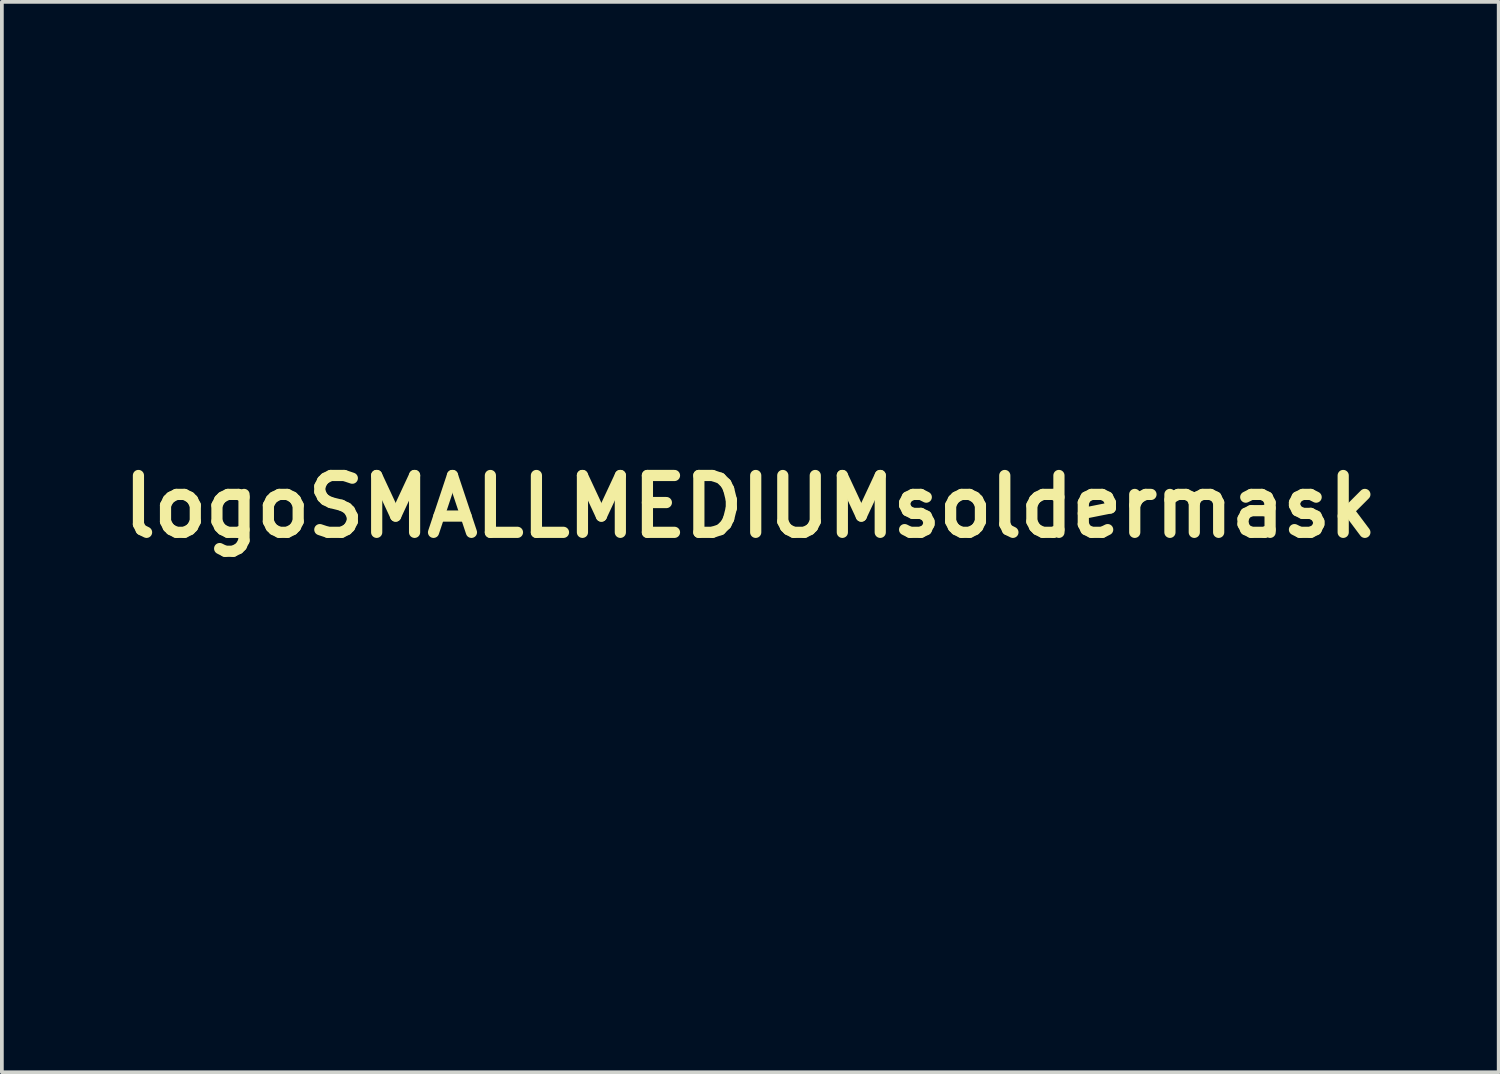
<source format=kicad_pcb>
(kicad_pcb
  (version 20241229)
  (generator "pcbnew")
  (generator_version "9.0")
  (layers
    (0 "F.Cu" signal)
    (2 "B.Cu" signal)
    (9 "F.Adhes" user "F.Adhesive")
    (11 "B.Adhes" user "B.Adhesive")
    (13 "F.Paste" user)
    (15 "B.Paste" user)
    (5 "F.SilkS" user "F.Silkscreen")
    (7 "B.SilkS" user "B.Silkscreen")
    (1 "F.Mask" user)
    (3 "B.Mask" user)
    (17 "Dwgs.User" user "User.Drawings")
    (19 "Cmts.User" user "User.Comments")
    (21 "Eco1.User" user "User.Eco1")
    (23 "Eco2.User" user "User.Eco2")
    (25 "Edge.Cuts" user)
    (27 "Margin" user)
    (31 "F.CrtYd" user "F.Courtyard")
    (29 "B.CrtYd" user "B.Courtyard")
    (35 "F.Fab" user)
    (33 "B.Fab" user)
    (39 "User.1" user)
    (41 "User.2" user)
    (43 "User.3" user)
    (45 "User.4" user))
  (footprint "logoSMALLMEDIUMsoldermask"
    (layer "F.Cu")
    (at 17.062 10.53)
    (property "Reference" "logoSMALLMEDIUMsoldermask" (at 0 0 0) (layer "F.SilkS") (effects (font (size 1.524 1.524) (thickness 0.3))))
    (attr through_hole)
    (fp_poly (pts (xy -7.588 11.335) (xy -7.906 11.335) (xy -7.906 9.112) (xy -7.588 9.112) (xy -7.588 11.335)) (stroke (width 0.01) (type solid)) (fill yes) (layer "F.Mask"))
    (fp_poly (pts (xy -7.598 8.267) (xy -7.574 8.294) (xy -7.529 8.4) (xy -7.546 8.498) (xy -7.608 8.57) (xy -7.709 8.627) (xy -7.8 8.623) (xy -7.891 8.558) (xy -7.891 8.558) (xy -7.945 8.486) (xy -7.969 8.419) (xy -7.969 8.415) (xy -7.942 8.328) (xy -7.872 8.263) (xy -7.779 8.228) (xy -7.682 8.227) (xy -7.598 8.267)) (stroke (width 0.01) (type solid)) (fill yes) (layer "F.Mask"))
    (fp_poly (pts (xy -11.581 8.382) (xy -11.301 8.384) (xy -11.075 8.391) (xy -10.892 8.404) (xy -10.742 8.424) (xy -10.616 8.452) (xy -10.503 8.489) (xy -10.433 8.519) (xy -10.222 8.645) (xy -10.063 8.806) (xy -9.957 9.003) (xy -9.902 9.237) (xy -9.894 9.382) (xy -9.918 9.639) (xy -9.994 9.86) (xy -10.122 10.044) (xy -10.302 10.193) (xy -10.393 10.244) (xy -10.546 10.322) (xy -10.49 10.408) (xy -10.452 10.464) (xy -10.384 10.56) (xy -10.297 10.683) (xy -10.197 10.823) (xy -10.16 10.874) (xy -10.062 11.012) (xy -9.976 11.133) (xy -9.909 11.227) (xy -9.87 11.285) (xy -9.863 11.295) (xy -9.865 11.319) (xy -9.913 11.331) (xy -10.007 11.334) (xy -10.176 11.334) (xy -10.843 10.385) (xy -11.359 10.384) (xy -11.874 10.382) (xy -11.874 11.335) (xy -12.192 11.335) (xy -12.192 10.134) (xy -11.874 10.134) (xy -11.311 10.123) (xy -11.1 10.117) (xy -10.942 10.111) (xy -10.824 10.102) (xy -10.737 10.089) (xy -10.669 10.071) (xy -10.608 10.047) (xy -10.604 10.045) (xy -10.428 9.933) (xy -10.299 9.78) (xy -10.221 9.595) (xy -10.197 9.382) (xy -10.202 9.309) (xy -10.251 9.104) (xy -10.351 8.935) (xy -10.503 8.803) (xy -10.547 8.777) (xy -10.608 8.744) (xy -10.663 8.72) (xy -10.722 8.702) (xy -10.797 8.691) (xy -10.898 8.683) (xy -11.037 8.678) (xy -11.225 8.674) (xy -11.295 8.673) (xy -11.874 8.663) (xy -11.874 10.134) (xy -12.192 10.134) (xy -12.192 8.382) (xy -11.581 8.382)) (stroke (width 0.01) (type solid)) (fill yes) (layer "F.Mask"))
    (fp_poly (pts (xy -0.241 9.131) (xy -0.038 9.187) (xy 0.129 9.284) (xy 0.185 9.333) (xy 0.249 9.4) (xy 0.3 9.47) (xy 0.34 9.55) (xy 0.369 9.648) (xy 0.389 9.772) (xy 0.402 9.93) (xy 0.409 10.131) (xy 0.412 10.382) (xy 0.413 10.563) (xy 0.413 11.335) (xy 0.127 11.335) (xy 0.127 11.005) (xy 0.024 11.104) (xy -0.121 11.218) (xy -0.284 11.291) (xy -0.48 11.327) (xy -0.635 11.334) (xy -0.79 11.33) (xy -0.905 11.315) (xy -1.006 11.285) (xy -1.067 11.258) (xy -1.234 11.156) (xy -1.346 11.027) (xy -1.408 10.863) (xy -1.423 10.745) (xy -1.426 10.643) (xy -1.136 10.643) (xy -1.132 10.781) (xy -1.087 10.907) (xy -1.008 11.001) (xy -0.978 11.021) (xy -0.796 11.086) (xy -0.591 11.107) (xy -0.385 11.084) (xy -0.201 11.018) (xy -0.178 11.005) (xy -0.025 10.882) (xy 0.077 10.724) (xy 0.124 10.54) (xy 0.127 10.483) (xy 0.127 10.319) (xy -0.352 10.319) (xy -0.58 10.322) (xy -0.754 10.332) (xy -0.882 10.352) (xy -0.975 10.385) (xy -1.04 10.432) (xy -1.088 10.496) (xy -1.097 10.512) (xy -1.136 10.643) (xy -1.426 10.643) (xy -1.427 10.621) (xy -1.414 10.531) (xy -1.379 10.447) (xy -1.356 10.407) (xy -1.275 10.3) (xy -1.167 10.216) (xy -1.026 10.153) (xy -0.845 10.108) (xy -0.617 10.08) (xy -0.336 10.067) (xy -0.183 10.065) (xy -0.033 10.064) (xy 0.062 10.056) (xy 0.113 10.032) (xy 0.128 9.98) (xy 0.117 9.893) (xy 0.093 9.782) (xy 0.03 9.623) (xy -0.079 9.5) (xy -0.226 9.415) (xy -0.403 9.37) (xy -0.602 9.367) (xy -0.816 9.408) (xy -1.037 9.495) (xy -1.051 9.502) (xy -1.261 9.61) (xy -1.319 9.503) (xy -1.35 9.438) (xy -1.353 9.391) (xy -1.32 9.35) (xy -1.244 9.303) (xy -1.158 9.259) (xy -0.956 9.176) (xy -0.747 9.129) (xy -0.506 9.113) (xy -0.49 9.113) (xy -0.241 9.131)) (stroke (width 0.01) (type solid)) (fill yes) (layer "F.Mask"))
    (fp_poly (pts (xy 10.471 8.517) (xy 10.462 8.652) (xy 9.787 8.66) (xy 9.56 8.664) (xy 9.39 8.668) (xy 9.268 8.674) (xy 9.186 8.681) (xy 9.138 8.691) (xy 9.116 8.705) (xy 9.112 8.717) (xy 9.109 8.775) (xy 9.1 8.878) (xy 9.087 9.01) (xy 9.071 9.154) (xy 9.056 9.292) (xy 9.042 9.407) (xy 9.032 9.481) (xy 9.016 9.579) (xy 9.421 9.597) (xy 9.613 9.61) (xy 9.789 9.629) (xy 9.932 9.652) (xy 9.998 9.668) (xy 10.227 9.763) (xy 10.402 9.891) (xy 10.524 10.054) (xy 10.594 10.252) (xy 10.614 10.477) (xy 10.583 10.713) (xy 10.498 10.915) (xy 10.364 11.082) (xy 10.182 11.21) (xy 9.955 11.298) (xy 9.686 11.343) (xy 9.684 11.343) (xy 9.565 11.349) (xy 9.457 11.348) (xy 9.414 11.346) (xy 9.199 11.31) (xy 8.991 11.253) (xy 8.804 11.181) (xy 8.653 11.099) (xy 8.562 11.024) (xy 8.528 10.98) (xy 8.525 10.941) (xy 8.554 10.884) (xy 8.576 10.85) (xy 8.648 10.74) (xy 8.793 10.844) (xy 9.005 10.962) (xy 9.245 11.04) (xy 9.494 11.075) (xy 9.735 11.063) (xy 9.847 11.038) (xy 10.025 10.968) (xy 10.154 10.875) (xy 10.245 10.747) (xy 10.259 10.718) (xy 10.312 10.535) (xy 10.307 10.357) (xy 10.248 10.195) (xy 10.134 10.059) (xy 10.131 10.056) (xy 10.037 9.99) (xy 9.927 9.942) (xy 9.791 9.908) (xy 9.618 9.886) (xy 9.398 9.876) (xy 9.219 9.874) (xy 9.051 9.873) (xy 8.906 9.869) (xy 8.797 9.863) (xy 8.733 9.855) (xy 8.722 9.85) (xy 8.722 9.813) (xy 8.727 9.722) (xy 8.739 9.587) (xy 8.754 9.418) (xy 8.774 9.223) (xy 8.782 9.144) (xy 8.804 8.941) (xy 8.823 8.758) (xy 8.838 8.606) (xy 8.85 8.493) (xy 8.856 8.43) (xy 8.857 8.422) (xy 8.871 8.409) (xy 8.918 8.399) (xy 9.003 8.392) (xy 9.131 8.387) (xy 9.308 8.384) (xy 9.541 8.382) (xy 9.67 8.382) (xy 10.481 8.382) (xy 10.471 8.517)) (stroke (width 0.01) (type solid)) (fill yes) (layer "F.Mask"))
    (fp_poly (pts (xy 6.267 8.376) (xy 6.424 8.396) (xy 6.569 8.424) (xy 6.687 8.458) (xy 6.763 8.495) (xy 6.78 8.511) (xy 6.777 8.553) (xy 6.752 8.627) (xy 6.741 8.651) (xy 6.695 8.727) (xy 6.651 8.748) (xy 6.637 8.744) (xy 6.49 8.686) (xy 6.363 8.653) (xy 6.229 8.64) (xy 6.061 8.642) (xy 6.048 8.642) (xy 5.896 8.652) (xy 5.785 8.669) (xy 5.693 8.698) (xy 5.597 8.745) (xy 5.593 8.747) (xy 5.431 8.855) (xy 5.307 8.985) (xy 5.204 9.157) (xy 5.185 9.197) (xy 5.145 9.31) (xy 5.109 9.456) (xy 5.081 9.616) (xy 5.064 9.769) (xy 5.061 9.896) (xy 5.068 9.959) (xy 5.082 10.001) (xy 5.101 10.004) (xy 5.137 9.963) (xy 5.173 9.914) (xy 5.298 9.789) (xy 5.47 9.686) (xy 5.675 9.611) (xy 5.775 9.589) (xy 6.026 9.57) (xy 6.265 9.603) (xy 6.482 9.682) (xy 6.668 9.805) (xy 6.815 9.967) (xy 6.889 10.102) (xy 6.943 10.293) (xy 6.953 10.503) (xy 6.923 10.709) (xy 6.852 10.89) (xy 6.84 10.91) (xy 6.697 11.081) (xy 6.511 11.214) (xy 6.291 11.304) (xy 6.047 11.347) (xy 5.787 11.342) (xy 5.719 11.332) (xy 5.463 11.259) (xy 5.245 11.137) (xy 5.067 10.966) (xy 4.929 10.748) (xy 4.832 10.483) (xy 4.814 10.382) (xy 5.186 10.382) (xy 5.187 10.558) (xy 5.242 10.722) (xy 5.344 10.865) (xy 5.489 10.979) (xy 5.672 11.055) (xy 5.784 11.077) (xy 5.975 11.085) (xy 6.159 11.065) (xy 6.314 11.019) (xy 6.339 11.007) (xy 6.484 10.899) (xy 6.588 10.757) (xy 6.649 10.593) (xy 6.665 10.42) (xy 6.634 10.251) (xy 6.553 10.099) (xy 6.501 10.041) (xy 6.331 9.918) (xy 6.129 9.85) (xy 5.953 9.833) (xy 5.715 9.855) (xy 5.515 9.923) (xy 5.358 10.036) (xy 5.246 10.193) (xy 5.242 10.201) (xy 5.186 10.382) (xy 4.814 10.382) (xy 4.777 10.173) (xy 4.763 9.9) (xy 4.779 9.576) (xy 4.831 9.298) (xy 4.921 9.06) (xy 5.051 8.854) (xy 5.117 8.777) (xy 5.307 8.602) (xy 5.511 8.48) (xy 5.743 8.404) (xy 6.011 8.372) (xy 6.112 8.369) (xy 6.267 8.376)) (stroke (width 0.01) (type solid)) (fill yes) (layer "F.Mask"))
    (fp_poly (pts (xy -3.397 10.12) (xy -3.399 10.378) (xy -3.402 10.624) (xy -3.406 10.85) (xy -3.412 11.045) (xy -3.419 11.2) (xy -3.427 11.305) (xy -3.431 11.33) (xy -3.495 11.58) (xy -3.601 11.783) (xy -3.75 11.94) (xy -3.945 12.055) (xy -4.059 12.098) (xy -4.258 12.139) (xy -4.488 12.157) (xy -4.723 12.149) (xy -4.936 12.117) (xy -4.942 12.115) (xy -5.066 12.078) (xy -5.201 12.025) (xy -5.329 11.965) (xy -5.433 11.907) (xy -5.492 11.859) (xy -5.511 11.814) (xy -5.492 11.752) (xy -5.473 11.717) (xy -5.429 11.653) (xy -5.396 11.621) (xy -5.393 11.62) (xy -5.355 11.636) (xy -5.282 11.676) (xy -5.216 11.716) (xy -5.094 11.777) (xy -4.94 11.832) (xy -4.825 11.862) (xy -4.568 11.895) (xy -4.333 11.885) (xy -4.128 11.832) (xy -3.958 11.74) (xy -3.83 11.611) (xy -3.751 11.448) (xy -3.748 11.439) (xy -3.732 11.346) (xy -3.72 11.217) (xy -3.715 11.082) (xy -3.715 10.846) (xy -3.834 10.962) (xy -3.982 11.083) (xy -4.141 11.164) (xy -4.327 11.209) (xy -4.554 11.224) (xy -4.572 11.224) (xy -4.727 11.221) (xy -4.839 11.211) (xy -4.931 11.189) (xy -5.024 11.153) (xy -5.05 11.141) (xy -5.255 11.022) (xy -5.414 10.877) (xy -5.539 10.69) (xy -5.563 10.644) (xy -5.62 10.518) (xy -5.651 10.413) (xy -5.664 10.297) (xy -5.666 10.203) (xy -5.369 10.203) (xy -5.334 10.398) (xy -5.257 10.58) (xy -5.139 10.739) (xy -4.985 10.863) (xy -4.803 10.94) (xy -4.605 10.978) (xy -4.423 10.973) (xy -4.258 10.936) (xy -4.104 10.868) (xy -3.957 10.763) (xy -3.838 10.64) (xy -3.791 10.567) (xy -3.73 10.397) (xy -3.703 10.203) (xy -3.714 10.018) (xy -3.717 10.003) (xy -3.787 9.795) (xy -3.901 9.631) (xy -4.065 9.501) (xy -4.14 9.461) (xy -4.257 9.406) (xy -4.348 9.377) (xy -4.44 9.368) (xy -4.564 9.372) (xy -4.58 9.373) (xy -4.796 9.405) (xy -4.973 9.475) (xy -5.127 9.589) (xy -5.183 9.647) (xy -5.297 9.817) (xy -5.358 10.005) (xy -5.369 10.203) (xy -5.666 10.203) (xy -5.666 10.194) (xy -5.654 9.992) (xy -5.618 9.816) (xy -5.609 9.788) (xy -5.518 9.608) (xy -5.381 9.437) (xy -5.212 9.292) (xy -5.086 9.217) (xy -4.997 9.176) (xy -4.917 9.15) (xy -4.828 9.136) (xy -4.711 9.129) (xy -4.572 9.128) (xy -4.412 9.13) (xy -4.297 9.138) (xy -4.21 9.154) (xy -4.132 9.182) (xy -4.083 9.205) (xy -3.964 9.277) (xy -3.845 9.369) (xy -3.805 9.407) (xy -3.683 9.533) (xy -3.683 9.112) (xy -3.397 9.112) (xy -3.397 10.12)) (stroke (width 0.01) (type solid)) (fill yes) (layer "F.Mask"))
    (fp_poly (pts (xy -4.698 -10.521) (xy -4.682 -10.501) (xy -4.671 -10.458) (xy -4.663 -10.382) (xy -4.658 -10.264) (xy -4.654 -10.094) (xy -4.652 -10.017) (xy -4.647 -9.862) (xy -4.637 -9.655) (xy -4.622 -9.409) (xy -4.604 -9.135) (xy -4.583 -8.844) (xy -4.56 -8.549) (xy -4.544 -8.35) (xy -4.511 -7.969) (xy -4.483 -7.645) (xy -4.459 -7.373) (xy -4.439 -7.15) (xy -4.421 -6.968) (xy -4.405 -6.822) (xy -4.391 -6.708) (xy -4.377 -6.62) (xy -4.363 -6.552) (xy -4.348 -6.5) (xy -4.332 -6.457) (xy -4.314 -6.42) (xy -4.292 -6.381) (xy -4.281 -6.361) (xy -4.228 -6.261) (xy -4.204 -6.197) (xy -4.207 -6.148) (xy -4.224 -6.11) (xy -4.238 -6.066) (xy -4.248 -5.993) (xy -4.253 -5.884) (xy -4.253 -5.73) (xy -4.248 -5.523) (xy -4.245 -5.425) (xy -4.226 -4.816) (xy -4.016 -4.6) (xy -4.012 -4.235) (xy -4.008 -4.07) (xy -4.001 -3.955) (xy -3.988 -3.879) (xy -3.968 -3.83) (xy -3.951 -3.808) (xy -3.914 -3.751) (xy -3.924 -3.693) (xy -3.934 -3.672) (xy -3.953 -3.603) (xy -3.966 -3.473) (xy -3.976 -3.285) (xy -3.979 -3.107) (xy -3.985 -2.615) (xy -3.896 -2.499) (xy -3.755 -2.272) (xy -3.674 -2.047) (xy -3.656 -1.825) (xy -3.688 -1.648) (xy -3.706 -1.571) (xy -3.7 -1.515) (xy -3.66 -1.455) (xy -3.624 -1.413) (xy -3.56 -1.339) (xy -3.532 -1.293) (xy -3.537 -1.253) (xy -3.57 -1.198) (xy -3.58 -1.182) (xy -3.601 -1.143) (xy -3.615 -1.092) (xy -3.624 -1.02) (xy -3.629 -0.915) (xy -3.629 -0.767) (xy -3.627 -0.567) (xy -3.627 -0.563) (xy -3.619 -0.029) (xy -3.446 0.316) (xy -3.273 0.661) (xy -3.292 1.132) (xy -3.311 1.603) (xy -3.227 1.703) (xy -3.166 1.784) (xy -3.149 1.847) (xy -3.175 1.915) (xy -3.226 1.986) (xy -3.264 2.039) (xy -3.287 2.087) (xy -3.296 2.148) (xy -3.296 2.236) (xy -3.287 2.369) (xy -3.285 2.397) (xy -3.274 2.528) (xy -3.261 2.633) (xy -3.249 2.698) (xy -3.243 2.711) (xy -3.207 2.715) (xy -3.116 2.719) (xy -2.975 2.723) (xy -2.791 2.729) (xy -2.572 2.734) (xy -2.324 2.74) (xy -2.054 2.745) (xy -1.996 2.746) (xy -0.769 2.77) (xy -0.747 2.234) (xy -0.734 1.892) (xy -0.722 1.609) (xy -0.712 1.377) (xy -0.702 1.193) (xy -0.691 1.05) (xy -0.678 0.944) (xy -0.662 0.867) (xy -0.642 0.816) (xy -0.618 0.784) (xy -0.587 0.767) (xy -0.549 0.757) (xy -0.503 0.751) (xy -0.469 0.747) (xy -0.351 0.728) (xy -0.371 0.322) (xy -0.378 0.15) (xy -0.38 0.024) (xy -0.374 -0.074) (xy -0.358 -0.162) (xy -0.332 -0.257) (xy -0.304 -0.341) (xy -0.216 -0.561) (xy -0.1 -0.781) (xy 0.031 -0.979) (xy 0.127 -1.095) (xy 0.162 -1.136) (xy 0.187 -1.178) (xy 0.206 -1.234) (xy 0.22 -1.315) (xy 0.233 -1.433) (xy 0.247 -1.599) (xy 0.251 -1.656) (xy 0.264 -1.854) (xy 0.275 -2.06) (xy 0.282 -2.251) (xy 0.286 -2.405) (xy 0.286 -2.421) (xy 0.284 -2.566) (xy 0.277 -2.661) (xy 0.263 -2.722) (xy 0.238 -2.762) (xy 0.223 -2.778) (xy 0.188 -2.813) (xy 0.182 -2.845) (xy 0.211 -2.89) (xy 0.268 -2.955) (xy 0.346 -3.059) (xy 0.389 -3.168) (xy 0.402 -3.3) (xy 0.388 -3.472) (xy 0.383 -3.508) (xy 0.356 -3.714) (xy 0.348 -3.874) (xy 0.362 -4.005) (xy 0.404 -4.124) (xy 0.477 -4.246) (xy 0.586 -4.389) (xy 0.636 -4.45) (xy 0.715 -4.544) (xy 0.764 -4.613) (xy 0.79 -4.674) (xy 0.799 -4.748) (xy 0.798 -4.855) (xy 0.795 -4.941) (xy 0.798 -5.108) (xy 0.822 -5.228) (xy 0.838 -5.265) (xy 0.863 -5.348) (xy 0.881 -5.471) (xy 0.889 -5.615) (xy 0.888 -5.759) (xy 0.878 -5.883) (xy 0.858 -5.967) (xy 0.855 -5.973) (xy 0.842 -6.048) (xy 0.883 -6.104) (xy 0.965 -6.128) (xy 0.969 -6.128) (xy 1.029 -6.115) (xy 1.056 -6.071) (xy 1.053 -5.987) (xy 1.027 -5.871) (xy 0.999 -5.718) (xy 0.993 -5.56) (xy 1.008 -5.416) (xy 1.043 -5.305) (xy 1.069 -5.265) (xy 1.104 -5.191) (xy 1.124 -5.076) (xy 1.129 -4.942) (xy 1.115 -4.809) (xy 1.103 -4.756) (xy 1.096 -4.702) (xy 1.113 -4.647) (xy 1.162 -4.574) (xy 1.221 -4.502) (xy 1.377 -4.302) (xy 1.482 -4.124) (xy 1.54 -3.956) (xy 1.555 -3.785) (xy 1.53 -3.601) (xy 1.51 -3.52) (xy 1.477 -3.381) (xy 1.476 -3.274) (xy 1.509 -3.176) (xy 1.582 -3.063) (xy 1.606 -3.03) (xy 1.67 -2.943) (xy 1.7 -2.882) (xy 1.703 -2.823) (xy 1.687 -2.75) (xy 1.661 -2.599) (xy 1.644 -2.409) (xy 1.637 -2.204) (xy 1.642 -2.009) (xy 1.655 -1.879) (xy 1.672 -1.725) (xy 1.683 -1.555) (xy 1.686 -1.454) (xy 1.691 -1.335) (xy 1.707 -1.247) (xy 1.743 -1.162) (xy 1.808 -1.056) (xy 1.818 -1.04) (xy 1.89 -0.921) (xy 1.975 -0.769) (xy 2.058 -0.609) (xy 2.092 -0.54) (xy 2.236 -0.238) (xy 2.261 0.691) (xy 2.503 0.73) (xy 2.521 0.929) (xy 2.526 1.011) (xy 2.532 1.148) (xy 2.538 1.327) (xy 2.545 1.54) (xy 2.551 1.776) (xy 2.557 2.025) (xy 2.558 2.08) (xy 2.563 2.319) (xy 2.569 2.537) (xy 2.574 2.725) (xy 2.579 2.877) (xy 2.583 2.983) (xy 2.587 3.037) (xy 2.588 3.042) (xy 2.621 3.049) (xy 2.704 3.06) (xy 2.823 3.073) (xy 2.923 3.083) (xy 3.07 3.096) (xy 3.169 3.101) (xy 3.232 3.097) (xy 3.275 3.082) (xy 3.31 3.055) (xy 3.319 3.047) (xy 3.399 2.998) (xy 3.505 2.99) (xy 3.511 2.99) (xy 3.594 3.006) (xy 3.659 3.048) (xy 3.731 3.129) (xy 3.737 3.138) (xy 3.805 3.24) (xy 3.836 3.334) (xy 3.842 3.425) (xy 3.858 3.545) (xy 3.909 3.676) (xy 4 3.825) (xy 4.135 4.001) (xy 4.181 4.055) (xy 4.255 4.137) (xy 4.327 4.198) (xy 4.408 4.24) (xy 4.508 4.267) (xy 4.637 4.28) (xy 4.806 4.282) (xy 5.025 4.277) (xy 5.094 4.274) (xy 5.266 4.267) (xy 5.414 4.259) (xy 5.527 4.252) (xy 5.595 4.246) (xy 5.609 4.244) (xy 5.613 4.21) (xy 5.617 4.122) (xy 5.622 3.987) (xy 5.627 3.815) (xy 5.633 3.612) (xy 5.637 3.41) (xy 5.642 3.181) (xy 5.648 2.965) (xy 5.655 2.774) (xy 5.661 2.618) (xy 5.666 2.507) (xy 5.67 2.457) (xy 5.683 2.377) (xy 5.708 2.336) (xy 5.764 2.316) (xy 5.837 2.306) (xy 5.988 2.286) (xy 6.237 0.103) (xy 6.279 -0.272) (xy 6.32 -0.636) (xy 6.359 -0.983) (xy 6.394 -1.307) (xy 6.426 -1.601) (xy 6.453 -1.86) (xy 6.475 -2.077) (xy 6.492 -2.246) (xy 6.503 -2.361) (xy 6.505 -2.397) (xy 6.515 -2.542) (xy 6.525 -2.635) (xy 6.539 -2.688) (xy 6.56 -2.714) (xy 6.591 -2.724) (xy 6.596 -2.725) (xy 6.648 -2.721) (xy 6.666 -2.68) (xy 6.668 -2.645) (xy 6.67 -2.581) (xy 6.676 -2.459) (xy 6.687 -2.278) (xy 6.702 -2.037) (xy 6.722 -1.737) (xy 6.746 -1.376) (xy 6.774 -0.955) (xy 6.807 -0.471) (xy 6.845 0.075) (xy 6.874 0.5) (xy 6.896 0.815) (xy 6.916 1.113) (xy 6.935 1.388) (xy 6.951 1.632) (xy 6.965 1.841) (xy 6.975 2.007) (xy 6.982 2.123) (xy 6.985 2.184) (xy 6.985 2.189) (xy 6.988 2.242) (xy 7.008 2.271) (xy 7.06 2.285) (xy 7.158 2.292) (xy 7.168 2.292) (xy 7.35 2.302) (xy 7.37 2.873) (xy 7.377 3.069) (xy 7.383 3.252) (xy 7.388 3.411) (xy 7.392 3.53) (xy 7.394 3.588) (xy 7.399 3.65) (xy 7.415 3.708) (xy 7.448 3.775) (xy 7.504 3.861) (xy 7.589 3.977) (xy 7.676 4.091) (xy 7.953 4.451) (xy 8.985 4.429) (xy 9.235 4.424) (xy 9.464 4.417) (xy 9.665 4.41) (xy 9.831 4.403) (xy 9.952 4.397) (xy 10.023 4.39) (xy 10.037 4.387) (xy 10.043 4.352) (xy 10.05 4.26) (xy 10.059 4.117) (xy 10.07 3.932) (xy 10.081 3.71) (xy 10.093 3.458) (xy 10.105 3.182) (xy 10.111 3.032) (xy 10.123 2.747) (xy 10.135 2.482) (xy 10.147 2.243) (xy 10.158 2.038) (xy 10.168 1.873) (xy 10.176 1.754) (xy 10.183 1.688) (xy 10.186 1.677) (xy 10.227 1.665) (xy 10.312 1.654) (xy 10.422 1.646) (xy 10.537 1.642) (xy 10.603 1.648) (xy 10.631 1.664) (xy 10.636 1.688) (xy 10.654 1.785) (xy 10.71 1.833) (xy 10.767 1.841) (xy 10.828 1.835) (xy 10.854 1.803) (xy 10.858 1.729) (xy 10.858 1.616) (xy 11.023 1.626) (xy 11.121 1.634) (xy 11.173 1.652) (xy 11.201 1.691) (xy 11.215 1.74) (xy 11.239 1.809) (xy 11.276 1.836) (xy 11.351 1.836) (xy 11.36 1.835) (xy 11.439 1.823) (xy 11.474 1.792) (xy 11.488 1.723) (xy 11.488 1.722) (xy 11.499 1.656) (xy 11.529 1.627) (xy 11.597 1.619) (xy 11.625 1.619) (xy 11.758 1.634) (xy 11.843 1.677) (xy 11.874 1.744) (xy 11.874 1.747) (xy 11.884 1.786) (xy 11.924 1.805) (xy 12.01 1.81) (xy 12.017 1.81) (xy 12.106 1.806) (xy 12.147 1.79) (xy 12.16 1.752) (xy 12.16 1.73) (xy 12.165 1.685) (xy 12.189 1.661) (xy 12.248 1.652) (xy 12.335 1.651) (xy 12.435 1.653) (xy 12.487 1.663) (xy 12.506 1.691) (xy 12.509 1.745) (xy 12.509 1.746) (xy 12.517 1.807) (xy 12.549 1.837) (xy 12.617 1.84) (xy 12.726 1.822) (xy 12.806 1.788) (xy 12.833 1.735) (xy 12.851 1.692) (xy 12.898 1.666) (xy 12.991 1.649) (xy 13.002 1.648) (xy 13.098 1.639) (xy 13.168 1.639) (xy 13.187 1.643) (xy 13.196 1.679) (xy 13.2 1.765) (xy 13.199 1.887) (xy 13.194 2.012) (xy 13.189 2.113) (xy 13.181 2.27) (xy 13.171 2.475) (xy 13.158 2.721) (xy 13.145 3) (xy 13.13 3.304) (xy 13.114 3.627) (xy 13.098 3.959) (xy 13.093 4.044) (xy 13.012 5.723) (xy 13.337 6.052) (xy 13.304 6.733) (xy 13.295 6.942) (xy 13.286 7.137) (xy 13.279 7.306) (xy 13.274 7.437) (xy 13.272 7.52) (xy 13.272 7.533) (xy 13.271 7.652) (xy -14.691 7.652) (xy -14.712 6.675) (xy -14.718 6.415) (xy -14.725 6.161) (xy -14.732 5.923) (xy -14.739 5.713) (xy -14.746 5.541) (xy -14.752 5.42) (xy -14.753 5.401) (xy -14.773 5.102) (xy -14.595 5.123) (xy -14.417 5.144) (xy -14.408 4.915) (xy -14.399 4.686) (xy -13.801 4.56) (xy -13.823 3.693) (xy -13.829 3.463) (xy -13.836 3.253) (xy -13.843 3.071) (xy -13.85 2.927) (xy -13.856 2.828) (xy -13.861 2.783) (xy -13.862 2.783) (xy -13.856 2.76) (xy -13.816 2.742) (xy -13.732 2.724) (xy -13.595 2.705) (xy -13.551 2.7) (xy -13.408 2.682) (xy -13.283 2.665) (xy -13.195 2.651) (xy -13.163 2.645) (xy -13.146 2.638) (xy -13.132 2.622) (xy -13.122 2.591) (xy -13.116 2.538) (xy -13.113 2.456) (xy -13.112 2.338) (xy -13.115 2.176) (xy -13.119 1.965) (xy -13.125 1.724) (xy -13.146 0.82) (xy -12.974 0.83) (xy -12.802 0.841) (xy -12.783 0.702) (xy -12.774 0.606) (xy -12.767 0.47) (xy -12.764 0.32) (xy -12.764 0.266) (xy -12.763 0.128) (xy -12.758 0.038) (xy -12.746 -0.015) (xy -12.723 -0.047) (xy -12.685 -0.071) (xy -12.674 -0.076) (xy -12.587 -0.128) (xy -12.54 -0.181) (xy -12.526 -0.253) (xy -12.541 -0.36) (xy -12.556 -0.428) (xy -12.589 -0.592) (xy -12.601 -0.718) (xy -12.59 -0.828) (xy -12.555 -0.945) (xy -12.529 -1.009) (xy -12.507 -1.066) (xy -12.489 -1.125) (xy -12.474 -1.193) (xy -12.462 -1.278) (xy -12.452 -1.39) (xy -12.442 -1.537) (xy -12.433 -1.726) (xy -12.422 -1.967) (xy -12.417 -2.105) (xy -12.404 -2.402) (xy -12.392 -2.641) (xy -12.379 -2.828) (xy -12.366 -2.968) (xy -12.351 -3.067) (xy -12.334 -3.131) (xy -12.313 -3.165) (xy -12.29 -3.175) (xy -12.273 -3.17) (xy -12.258 -3.15) (xy -12.245 -3.108) (xy -12.234 -3.038) (xy -12.222 -2.933) (xy -12.21 -2.785) (xy -12.196 -2.587) (xy -12.179 -2.334) (xy -12.178 -2.318) (xy -12.159 -2.022) (xy -12.143 -1.782) (xy -12.13 -1.591) (xy -12.118 -1.442) (xy -12.106 -1.327) (xy -12.094 -1.24) (xy -12.08 -1.173) (xy -12.064 -1.12) (xy -12.045 -1.072) (xy -12.021 -1.023) (xy -11.999 -0.98) (xy -11.899 -0.781) (xy -11.939 -0.5) (xy -11.956 -0.36) (xy -11.961 -0.256) (xy -11.954 -0.198) (xy -11.951 -0.193) (xy -11.904 -0.167) (xy -11.823 -0.135) (xy -11.803 -0.128) (xy -11.684 -0.09) (xy -11.684 0.826) (xy -11.513 0.806) (xy -11.342 0.786) (xy -11.318 1.646) (xy -11.295 2.506) (xy -11.116 2.556) (xy -10.982 2.596) (xy -10.83 2.643) (xy -10.743 2.67) (xy -10.549 2.733) (xy -10.528 3.327) (xy -10.521 3.536) (xy -10.512 3.741) (xy -10.503 3.928) (xy -10.495 4.079) (xy -10.49 4.164) (xy -10.471 4.408) (xy -10.201 4.448) (xy -10.073 4.471) (xy -9.965 4.498) (xy -9.898 4.524) (xy -9.887 4.532) (xy -9.861 4.586) (xy -9.847 4.69) (xy -9.842 4.844) (xy -9.841 4.975) (xy -9.835 5.055) (xy -9.822 5.096) (xy -9.799 5.111) (xy -9.783 5.112) (xy -9.71 5.118) (xy -9.619 5.133) (xy -9.515 5.154) (xy -9.536 3.858) (xy -9.557 2.563) (xy -9.478 2.458) (xy -9.443 2.409) (xy -9.421 2.359) (xy -9.407 2.295) (xy -9.4 2.201) (xy -9.398 2.065) (xy -9.398 1.983) (xy -9.4 1.806) (xy -9.408 1.68) (xy -9.423 1.593) (xy -9.446 1.532) (xy -9.45 1.525) (xy -9.479 1.468) (xy -9.48 1.421) (xy -9.449 1.362) (xy -9.421 1.319) (xy -9.372 1.241) (xy -9.358 1.186) (xy -9.373 1.124) (xy -9.385 1.093) (xy -9.423 0.98) (xy -9.427 0.888) (xy -9.392 0.801) (xy -9.312 0.704) (xy -9.239 0.633) (xy -9.049 0.454) (xy -9.049 -0.061) (xy -9.047 -0.24) (xy -9.042 -0.399) (xy -9.034 -0.527) (xy -9.024 -0.611) (xy -9.017 -0.635) (xy -9.005 -0.689) (xy -9.043 -0.735) (xy -9.054 -0.743) (xy -9.1 -0.784) (xy -9.095 -0.821) (xy -9.078 -0.845) (xy -9.017 -0.895) (xy -8.933 -0.94) (xy -8.932 -0.941) (xy -8.848 -0.997) (xy -8.789 -1.071) (xy -8.788 -1.071) (xy -8.737 -1.143) (xy -8.685 -1.151) (xy -8.635 -1.096) (xy -8.627 -1.082) (xy -8.57 -1.018) (xy -8.487 -0.971) (xy -8.487 -0.971) (xy -8.38 -0.925) (xy -8.33 -0.872) (xy -8.328 -0.802) (xy -8.34 -0.763) (xy -8.357 -0.676) (xy -8.36 -0.539) (xy -8.349 -0.346) (xy -8.348 -0.343) (xy -8.336 -0.167) (xy -8.326 0.021) (xy -8.321 0.191) (xy -8.32 0.245) (xy -8.319 0.505) (xy -8.207 0.558) (xy -8.064 0.652) (xy -7.975 0.77) (xy -7.942 0.903) (xy -7.97 1.046) (xy -7.988 1.085) (xy -8.017 1.148) (xy -8.015 1.193) (xy -7.977 1.245) (xy -7.943 1.282) (xy -7.847 1.381) (xy -7.912 1.505) (xy -7.941 1.57) (xy -7.958 1.638) (xy -7.967 1.726) (xy -7.968 1.85) (xy -7.964 1.976) (xy -7.958 2.13) (xy -7.95 2.233) (xy -7.937 2.3) (xy -7.917 2.342) (xy -7.886 2.372) (xy -7.877 2.379) (xy -7.854 2.398) (xy -7.835 2.42) (xy -7.82 2.453) (xy -7.806 2.504) (xy -7.794 2.58) (xy -7.781 2.689) (xy -7.767 2.837) (xy -7.75 3.032) (xy -7.73 3.281) (xy -7.723 3.365) (xy -7.699 3.667) (xy -7.548 3.677) (xy -7.454 3.687) (xy -7.401 3.711) (xy -7.366 3.765) (xy -7.344 3.816) (xy -7.292 3.946) (xy -6.845 3.926) (xy -6.638 3.918) (xy -6.412 3.911) (xy -6.195 3.907) (xy -6.025 3.905) (xy -5.652 3.905) (xy -5.652 2.139) (xy -5.747 2.048) (xy -5.806 1.986) (xy -5.839 1.94) (xy -5.842 1.932) (xy -5.825 1.893) (xy -5.784 1.824) (xy -5.759 1.787) (xy -5.715 1.716) (xy -5.693 1.651) (xy -5.686 1.569) (xy -5.693 1.448) (xy -5.693 1.445) (xy -5.71 1.29) (xy -5.738 1.124) (xy -5.762 1.018) (xy -5.789 0.898) (xy -5.798 0.795) (xy -5.786 0.693) (xy -5.751 0.579) (xy -5.69 0.437) (xy -5.616 0.288) (xy -5.457 -0.028) (xy -5.467 -0.567) (xy -5.471 -0.77) (xy -5.477 -0.919) (xy -5.486 -1.024) (xy -5.497 -1.094) (xy -5.514 -1.139) (xy -5.531 -1.165) (xy -5.565 -1.21) (xy -5.564 -1.251) (xy -5.527 -1.314) (xy -5.5 -1.364) (xy -5.484 -1.422) (xy -5.478 -1.505) (xy -5.48 -1.627) (xy -5.485 -1.731) (xy -5.492 -1.88) (xy -5.492 -1.983) (xy -5.483 -2.058) (xy -5.461 -2.122) (xy -5.425 -2.194) (xy -5.404 -2.232) (xy -5.304 -2.439) (xy -5.238 -2.652) (xy -5.203 -2.888) (xy -5.194 -3.111) (xy -5.194 -3.272) (xy -5.201 -3.387) (xy -5.217 -3.471) (xy -5.243 -3.541) (xy -5.258 -3.572) (xy -5.302 -3.683) (xy -5.302 -3.763) (xy -5.291 -3.82) (xy -5.278 -3.924) (xy -5.265 -4.058) (xy -5.257 -4.159) (xy -5.244 -4.326) (xy -5.226 -4.446) (xy -5.2 -4.536) (xy -5.164 -4.614) (xy -5.158 -4.625) (xy -5.119 -4.7) (xy -5.096 -4.776) (xy -5.083 -4.874) (xy -5.078 -5.011) (xy -5.077 -5.054) (xy -5.073 -5.234) (xy -5.065 -5.437) (xy -5.055 -5.624) (xy -5.053 -5.648) (xy -5.045 -5.827) (xy -5.051 -5.955) (xy -5.072 -6.04) (xy -5.072 -6.04) (xy -5.108 -6.163) (xy -5.096 -6.246) (xy -5.061 -6.28) (xy -5.047 -6.295) (xy -5.033 -6.326) (xy -5.02 -6.377) (xy -5.007 -6.453) (xy -4.993 -6.557) (xy -4.978 -6.695) (xy -4.962 -6.87) (xy -4.945 -7.086) (xy -4.925 -7.348) (xy -4.902 -7.66) (xy -4.877 -8.027) (xy -4.848 -8.451) (xy -4.843 -8.525) (xy -4.813 -8.984) (xy -4.789 -9.38) (xy -4.772 -9.715) (xy -4.761 -9.989) (xy -4.755 -10.202) (xy -4.756 -10.355) (xy -4.763 -10.45) (xy -4.765 -10.462) (xy -4.759 -10.513) (xy -4.72 -10.525) (xy -4.698 -10.521)) (stroke (width 0.01) (type solid)) (fill yes) (layer "F.Mask")))
  (gr_rect
    (start -3 -3)
    (end 37.123 25.692)
    (stroke (width 0.1) (type default))
    (fill no)
    (layer "Edge.Cuts")))
</source>
